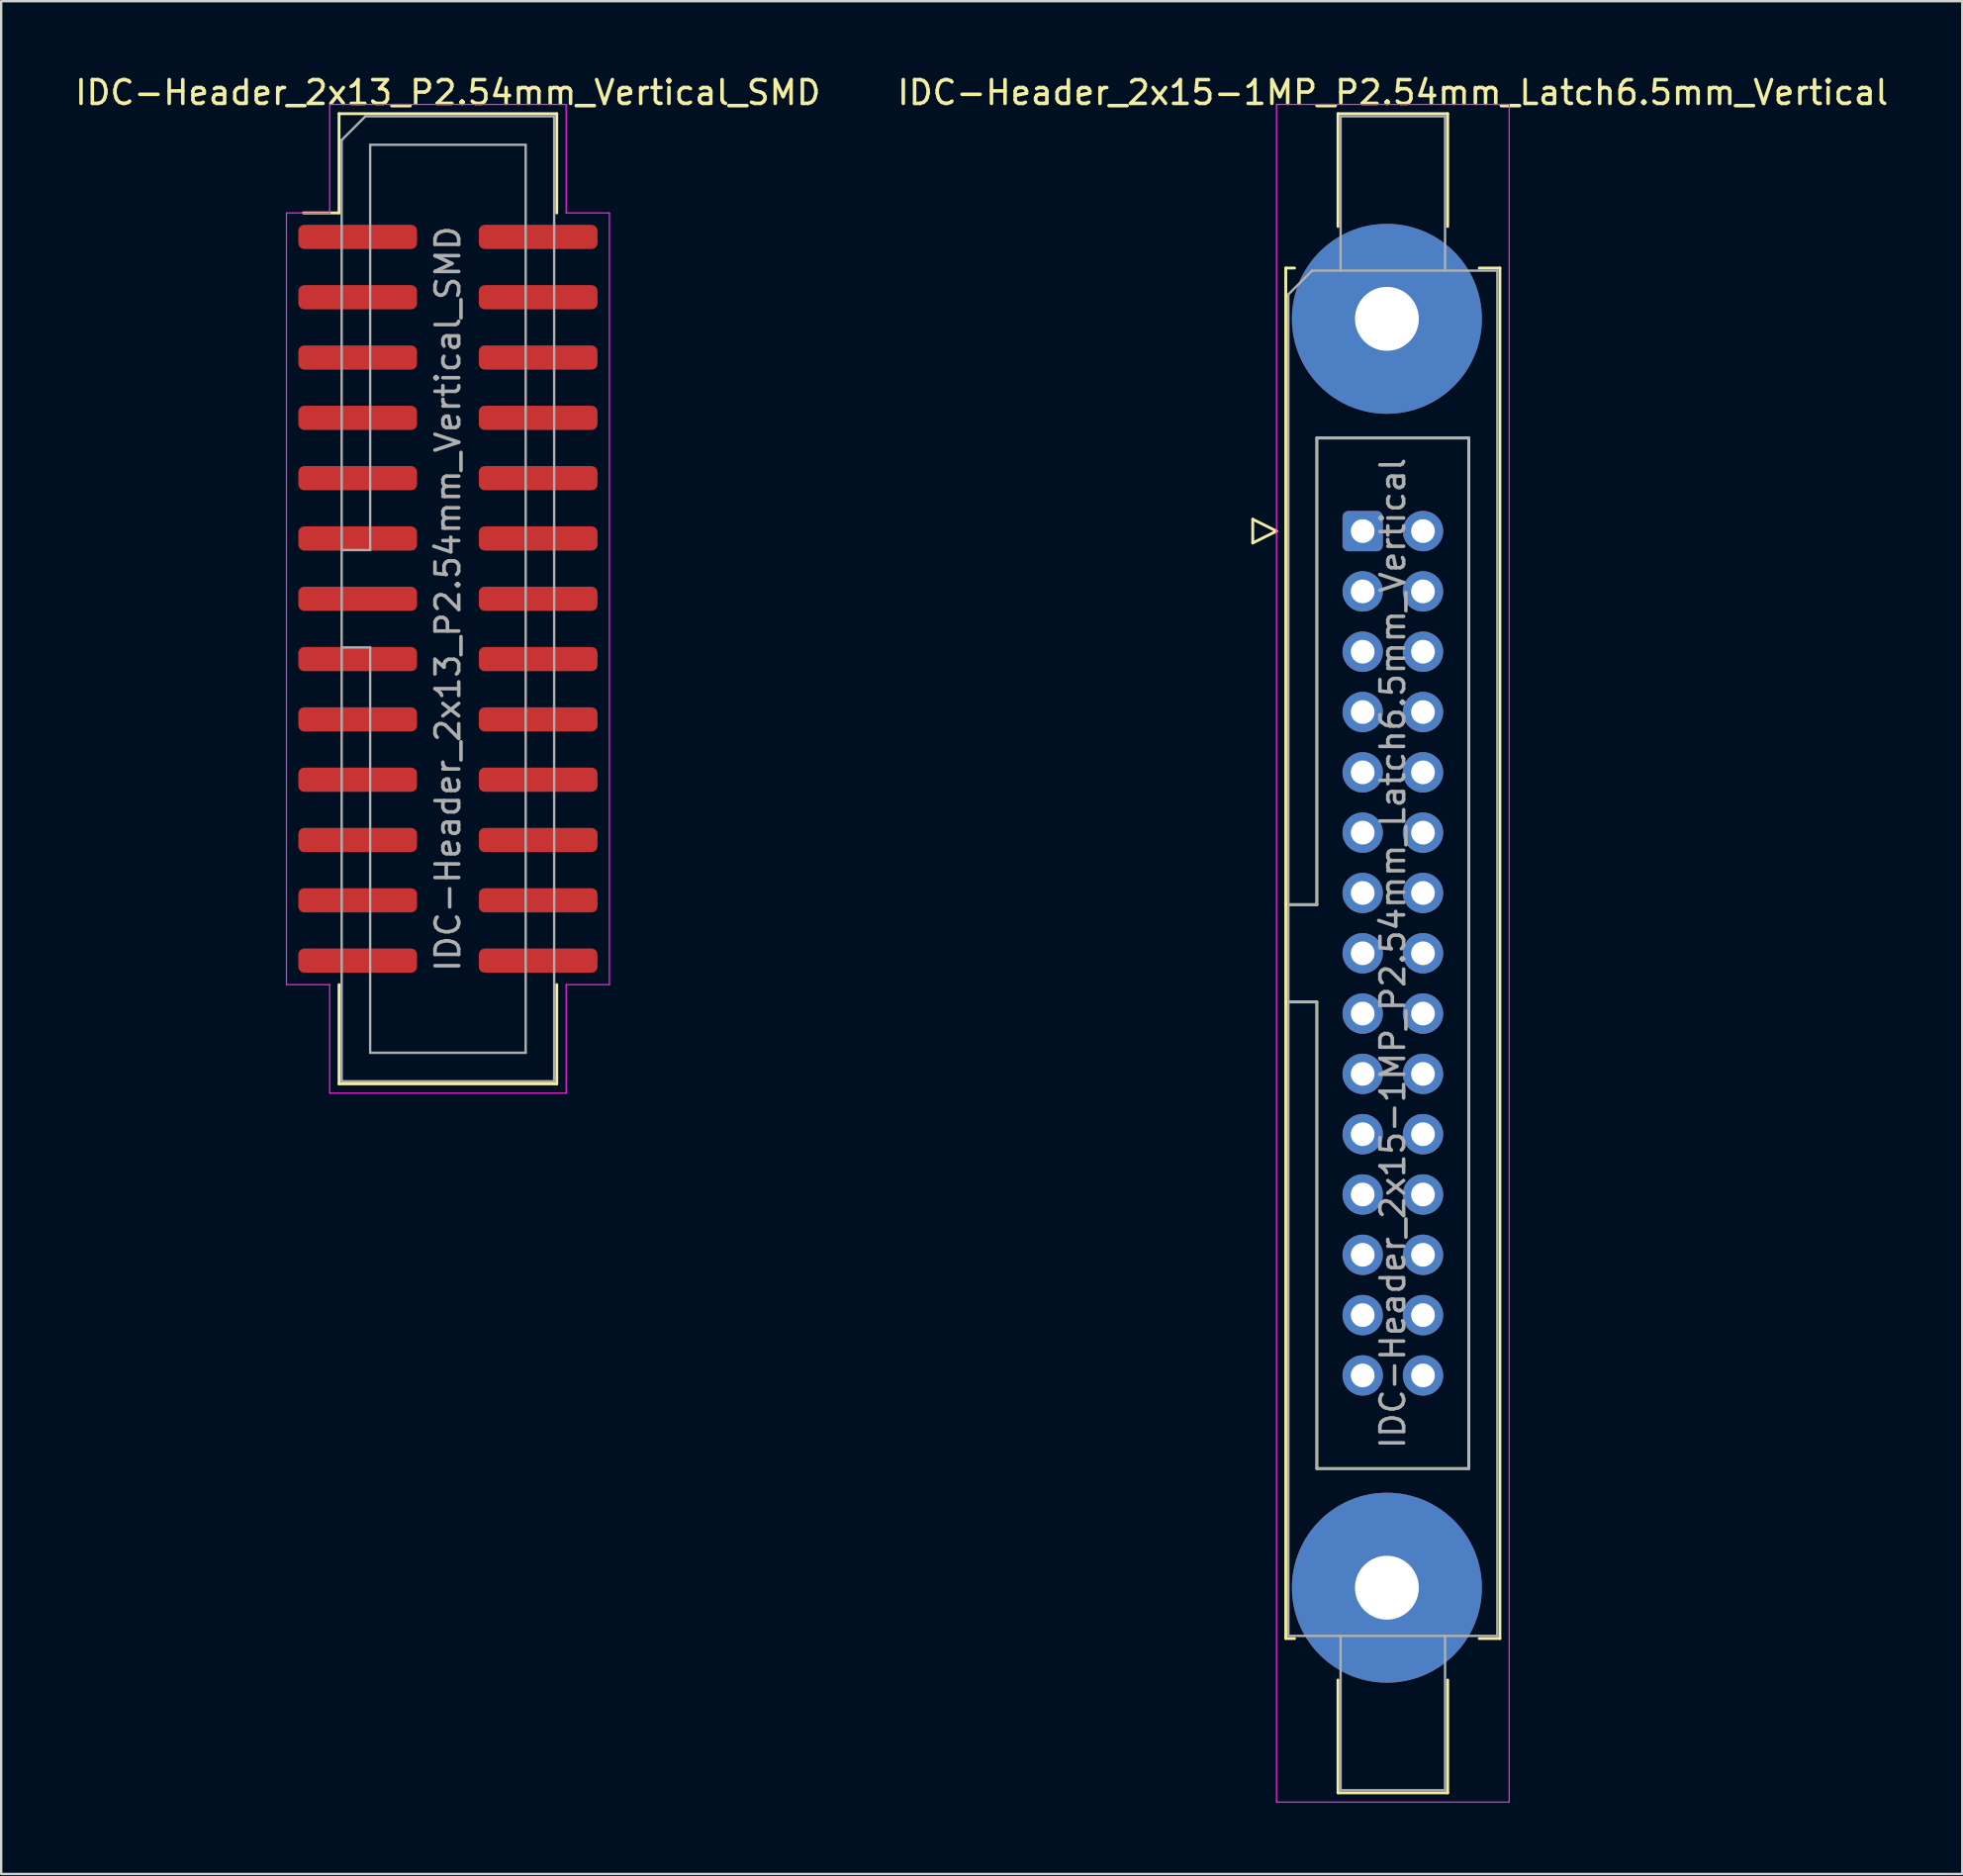
<source format=kicad_pcb>
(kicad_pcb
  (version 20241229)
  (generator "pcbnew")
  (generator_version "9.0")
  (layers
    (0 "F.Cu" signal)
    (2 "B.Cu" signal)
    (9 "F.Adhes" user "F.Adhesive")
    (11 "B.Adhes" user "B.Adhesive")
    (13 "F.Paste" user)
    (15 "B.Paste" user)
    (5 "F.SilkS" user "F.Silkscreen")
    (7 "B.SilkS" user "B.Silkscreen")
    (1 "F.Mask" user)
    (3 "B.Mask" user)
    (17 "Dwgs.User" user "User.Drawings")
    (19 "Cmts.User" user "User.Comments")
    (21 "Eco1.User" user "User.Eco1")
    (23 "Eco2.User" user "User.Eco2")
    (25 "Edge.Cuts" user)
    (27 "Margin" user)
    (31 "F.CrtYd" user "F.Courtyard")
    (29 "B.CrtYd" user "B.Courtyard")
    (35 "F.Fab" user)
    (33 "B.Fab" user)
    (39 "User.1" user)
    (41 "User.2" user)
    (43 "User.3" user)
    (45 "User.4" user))
  (footprint "IDC-Header_2x13_P2.54mm_Vertical_SMD"
    (layer "F.Cu")
    (at 15.815 22.168)
    (property "Reference" "IDC-Header_2x13_P2.54mm_Vertical_SMD" (at 0 -21.32 0) (layer "F.SilkS") (effects (font (size 1 1) (thickness 0.15))))
    (attr smd)
    (fp_line (start -4.585 -20.43) (end 4.585 -20.43) (stroke (width 0.12) (type solid)) (layer "F.SilkS"))
    (fp_line (start -4.585 -16.25) (end -6.085 -16.25) (stroke (width 0.12) (type solid)) (layer "F.SilkS"))
    (fp_line (start -4.585 -16.25) (end -4.585 -20.43) (stroke (width 0.12) (type solid)) (layer "F.SilkS"))
    (fp_line (start -4.585 16.25) (end -4.585 20.43) (stroke (width 0.12) (type solid)) (layer "F.SilkS"))
    (fp_line (start -4.585 20.43) (end 4.585 20.43) (stroke (width 0.12) (type solid)) (layer "F.SilkS"))
    (fp_line (start 4.585 -20.43) (end 4.585 -16.25) (stroke (width 0.12) (type solid)) (layer "F.SilkS"))
    (fp_line (start 4.585 20.43) (end 4.585 16.25) (stroke (width 0.12) (type solid)) (layer "F.SilkS"))
    (fp_line (start -6.8 -16.25) (end -6.8 16.25) (stroke (width 0.05) (type solid)) (layer "F.CrtYd"))
    (fp_line (start -6.8 16.25) (end -4.98 16.25) (stroke (width 0.05) (type solid)) (layer "F.CrtYd"))
    (fp_line (start -4.98 -20.82) (end -4.98 -16.25) (stroke (width 0.05) (type solid)) (layer "F.CrtYd"))
    (fp_line (start -4.98 -16.25) (end -6.8 -16.25) (stroke (width 0.05) (type solid)) (layer "F.CrtYd"))
    (fp_line (start -4.98 16.25) (end -4.98 20.82) (stroke (width 0.05) (type solid)) (layer "F.CrtYd"))
    (fp_line (start -4.98 20.82) (end 4.98 20.82) (stroke (width 0.05) (type solid)) (layer "F.CrtYd"))
    (fp_line (start 4.98 -20.82) (end -4.98 -20.82) (stroke (width 0.05) (type solid)) (layer "F.CrtYd"))
    (fp_line (start 4.98 -16.25) (end 4.98 -20.82) (stroke (width 0.05) (type solid)) (layer "F.CrtYd"))
    (fp_line (start 4.98 16.25) (end 6.8 16.25) (stroke (width 0.05) (type solid)) (layer "F.CrtYd"))
    (fp_line (start 4.98 20.82) (end 4.98 16.25) (stroke (width 0.05) (type solid)) (layer "F.CrtYd"))
    (fp_line (start 6.8 -16.25) (end 4.98 -16.25) (stroke (width 0.05) (type solid)) (layer "F.CrtYd"))
    (fp_line (start 6.8 16.25) (end 6.8 -16.25) (stroke (width 0.05) (type solid)) (layer "F.CrtYd"))
    (fp_line (start -4.475 -19.32) (end -3.475 -20.32) (stroke (width 0.1) (type solid)) (layer "F.Fab"))
    (fp_line (start -4.475 -2.05) (end -3.275 -2.05) (stroke (width 0.1) (type solid)) (layer "F.Fab"))
    (fp_line (start -4.475 20.32) (end -4.475 -19.32) (stroke (width 0.1) (type solid)) (layer "F.Fab"))
    (fp_line (start -3.475 -20.32) (end 4.475 -20.32) (stroke (width 0.1) (type solid)) (layer "F.Fab"))
    (fp_line (start -3.275 -19.12) (end 3.275 -19.12) (stroke (width 0.1) (type solid)) (layer "F.Fab"))
    (fp_line (start -3.275 -2.05) (end -3.275 -19.12) (stroke (width 0.1) (type solid)) (layer "F.Fab"))
    (fp_line (start -3.275 2.05) (end -4.475 2.05) (stroke (width 0.1) (type solid)) (layer "F.Fab"))
    (fp_line (start -3.275 19.12) (end -3.275 2.05) (stroke (width 0.1) (type solid)) (layer "F.Fab"))
    (fp_line (start 3.275 -19.12) (end 3.275 19.12) (stroke (width 0.1) (type solid)) (layer "F.Fab"))
    (fp_line (start 3.275 19.12) (end -3.275 19.12) (stroke (width 0.1) (type solid)) (layer "F.Fab"))
    (fp_line (start 4.475 -20.32) (end 4.475 20.32) (stroke (width 0.1) (type solid)) (layer "F.Fab"))
    (fp_line (start 4.475 20.32) (end -4.475 20.32) (stroke (width 0.1) (type solid)) (layer "F.Fab"))
    (fp_text user "${REFERENCE}" (at 0 0 90) (layer "F.Fab") (effects (font (size 1 1) (thickness 0.15))))
    (pad "1" smd roundrect (at -3.8 -15.24) (size 5 1.02) (layers "F.Cu" "F.Mask" "F.Paste") (roundrect_rratio 0.245))
    (pad "2" smd roundrect (at 3.8 -15.24) (size 5 1.02) (layers "F.Cu" "F.Mask" "F.Paste") (roundrect_rratio 0.245))
    (pad "3" smd roundrect (at -3.8 -12.7) (size 5 1.02) (layers "F.Cu" "F.Mask" "F.Paste") (roundrect_rratio 0.245))
    (pad "4" smd roundrect (at 3.8 -12.7) (size 5 1.02) (layers "F.Cu" "F.Mask" "F.Paste") (roundrect_rratio 0.245))
    (pad "5" smd roundrect (at -3.8 -10.16) (size 5 1.02) (layers "F.Cu" "F.Mask" "F.Paste") (roundrect_rratio 0.245))
    (pad "6" smd roundrect (at 3.8 -10.16) (size 5 1.02) (layers "F.Cu" "F.Mask" "F.Paste") (roundrect_rratio 0.245))
    (pad "7" smd roundrect (at -3.8 -7.62) (size 5 1.02) (layers "F.Cu" "F.Mask" "F.Paste") (roundrect_rratio 0.245))
    (pad "8" smd roundrect (at 3.8 -7.62) (size 5 1.02) (layers "F.Cu" "F.Mask" "F.Paste") (roundrect_rratio 0.245))
    (pad "9" smd roundrect (at -3.8 -5.08) (size 5 1.02) (layers "F.Cu" "F.Mask" "F.Paste") (roundrect_rratio 0.245))
    (pad "10" smd roundrect (at 3.8 -5.08) (size 5 1.02) (layers "F.Cu" "F.Mask" "F.Paste") (roundrect_rratio 0.245))
    (pad "11" smd roundrect (at -3.8 -2.54) (size 5 1.02) (layers "F.Cu" "F.Mask" "F.Paste") (roundrect_rratio 0.245))
    (pad "12" smd roundrect (at 3.8 -2.54) (size 5 1.02) (layers "F.Cu" "F.Mask" "F.Paste") (roundrect_rratio 0.245))
    (pad "13" smd roundrect (at -3.8 0) (size 5 1.02) (layers "F.Cu" "F.Mask" "F.Paste") (roundrect_rratio 0.245))
    (pad "14" smd roundrect (at 3.8 0) (size 5 1.02) (layers "F.Cu" "F.Mask" "F.Paste") (roundrect_rratio 0.245))
    (pad "15" smd roundrect (at -3.8 2.54) (size 5 1.02) (layers "F.Cu" "F.Mask" "F.Paste") (roundrect_rratio 0.245))
    (pad "16" smd roundrect (at 3.8 2.54) (size 5 1.02) (layers "F.Cu" "F.Mask" "F.Paste") (roundrect_rratio 0.245))
    (pad "17" smd roundrect (at -3.8 5.08) (size 5 1.02) (layers "F.Cu" "F.Mask" "F.Paste") (roundrect_rratio 0.245))
    (pad "18" smd roundrect (at 3.8 5.08) (size 5 1.02) (layers "F.Cu" "F.Mask" "F.Paste") (roundrect_rratio 0.245))
    (pad "19" smd roundrect (at -3.8 7.62) (size 5 1.02) (layers "F.Cu" "F.Mask" "F.Paste") (roundrect_rratio 0.245))
    (pad "20" smd roundrect (at 3.8 7.62) (size 5 1.02) (layers "F.Cu" "F.Mask" "F.Paste") (roundrect_rratio 0.245))
    (pad "21" smd roundrect (at -3.8 10.16) (size 5 1.02) (layers "F.Cu" "F.Mask" "F.Paste") (roundrect_rratio 0.245))
    (pad "22" smd roundrect (at 3.8 10.16) (size 5 1.02) (layers "F.Cu" "F.Mask" "F.Paste") (roundrect_rratio 0.245))
    (pad "23" smd roundrect (at -3.8 12.7) (size 5 1.02) (layers "F.Cu" "F.Mask" "F.Paste") (roundrect_rratio 0.245))
    (pad "24" smd roundrect (at 3.8 12.7) (size 5 1.02) (layers "F.Cu" "F.Mask" "F.Paste") (roundrect_rratio 0.245))
    (pad "25" smd roundrect (at -3.8 15.24) (size 5 1.02) (layers "F.Cu" "F.Mask" "F.Paste") (roundrect_rratio 0.245))
    (pad "26" smd roundrect (at 3.8 15.24) (size 5 1.02) (layers "F.Cu" "F.Mask" "F.Paste") (roundrect_rratio 0.245)))
  (footprint "IDC-Header_2x15-1MP_P2.54mm_Latch6.5mm_Vertical"
    (layer "F.Cu")
    (at 54.343 19.318)
    (property "Reference" "IDC-Header_2x15-1MP_P2.54mm_Latch6.5mm_Vertical" (at 1.27 -18.47 0) (layer "F.SilkS") (effects (font (size 1 1) (thickness 0.15))))
    (attr through_hole)
    (fp_line (start -4.63 -0.5) (end -4.63 0.5) (stroke (width 0.12) (type solid)) (layer "F.SilkS"))
    (fp_line (start -4.63 0.5) (end -3.63 0) (stroke (width 0.12) (type solid)) (layer "F.SilkS"))
    (fp_line (start -3.63 0) (end -4.63 -0.5) (stroke (width 0.12) (type solid)) (layer "F.SilkS"))
    (fp_line (start -3.24 -11.08) (end -3.24 46.64) (stroke (width 0.12) (type solid)) (layer "F.SilkS"))
    (fp_line (start -3.24 15.73) (end -1.93 15.73) (stroke (width 0.12) (type solid)) (layer "F.SilkS"))
    (fp_line (start -3.24 46.64) (end -2.87 46.64) (stroke (width 0.12) (type solid)) (layer "F.SilkS"))
    (fp_line (start -2.87 -11.08) (end -3.24 -11.08) (stroke (width 0.12) (type solid)) (layer "F.SilkS"))
    (fp_line (start -1.93 -3.92) (end 4.47 -3.92) (stroke (width 0.12) (type solid)) (layer "F.SilkS"))
    (fp_line (start -1.93 15.73) (end -1.93 -3.92) (stroke (width 0.12) (type solid)) (layer "F.SilkS"))
    (fp_line (start -1.93 19.83) (end -3.24 19.83) (stroke (width 0.12) (type solid)) (layer "F.SilkS"))
    (fp_line (start -1.93 39.48) (end -1.93 19.83) (stroke (width 0.12) (type solid)) (layer "F.SilkS"))
    (fp_line (start -1.04 -17.58) (end 3.58 -17.58) (stroke (width 0.12) (type solid)) (layer "F.SilkS"))
    (fp_line (start -1.04 -12.83) (end -1.04 -17.58) (stroke (width 0.12) (type solid)) (layer "F.SilkS"))
    (fp_line (start -1.04 48.39) (end -1.04 53.14) (stroke (width 0.12) (type solid)) (layer "F.SilkS"))
    (fp_line (start -1.04 53.14) (end 3.58 53.14) (stroke (width 0.12) (type solid)) (layer "F.SilkS"))
    (fp_line (start 3.58 -17.58) (end 3.58 -12.83) (stroke (width 0.12) (type solid)) (layer "F.SilkS"))
    (fp_line (start 3.58 53.14) (end 3.58 48.39) (stroke (width 0.12) (type solid)) (layer "F.SilkS"))
    (fp_line (start 4.47 -3.92) (end 4.47 39.48) (stroke (width 0.12) (type solid)) (layer "F.SilkS"))
    (fp_line (start 4.47 39.48) (end -1.93 39.48) (stroke (width 0.12) (type solid)) (layer "F.SilkS"))
    (fp_line (start 4.91 -11.08) (end 5.78 -11.08) (stroke (width 0.12) (type solid)) (layer "F.SilkS"))
    (fp_line (start 5.78 -11.08) (end 5.78 46.64) (stroke (width 0.12) (type solid)) (layer "F.SilkS"))
    (fp_line (start 5.78 46.64) (end 4.91 46.64) (stroke (width 0.12) (type solid)) (layer "F.SilkS"))
    (fp_line (start -3.63 -17.97) (end -3.63 53.53) (stroke (width 0.05) (type solid)) (layer "F.CrtYd"))
    (fp_line (start -3.63 53.53) (end 6.17 53.53) (stroke (width 0.05) (type solid)) (layer "F.CrtYd"))
    (fp_line (start 6.17 -17.97) (end -3.63 -17.97) (stroke (width 0.05) (type solid)) (layer "F.CrtYd"))
    (fp_line (start 6.17 53.53) (end 6.17 -17.97) (stroke (width 0.05) (type solid)) (layer "F.CrtYd"))
    (fp_line (start -3.13 -9.97) (end -2.13 -10.97) (stroke (width 0.1) (type solid)) (layer "F.Fab"))
    (fp_line (start -3.13 15.73) (end -1.93 15.73) (stroke (width 0.1) (type solid)) (layer "F.Fab"))
    (fp_line (start -3.13 46.53) (end -3.13 -9.97) (stroke (width 0.1) (type solid)) (layer "F.Fab"))
    (fp_line (start -2.13 -10.97) (end 5.67 -10.97) (stroke (width 0.1) (type solid)) (layer "F.Fab"))
    (fp_line (start -1.93 -3.92) (end 4.47 -3.92) (stroke (width 0.1) (type solid)) (layer "F.Fab"))
    (fp_line (start -1.93 15.73) (end -1.93 -3.92) (stroke (width 0.1) (type solid)) (layer "F.Fab"))
    (fp_line (start -1.93 19.83) (end -3.13 19.83) (stroke (width 0.1) (type solid)) (layer "F.Fab"))
    (fp_line (start -1.93 39.48) (end -1.93 19.83) (stroke (width 0.1) (type solid)) (layer "F.Fab"))
    (fp_line (start -0.93 -17.47) (end 3.47 -17.47) (stroke (width 0.1) (type solid)) (layer "F.Fab"))
    (fp_line (start -0.93 -10.97) (end -0.93 -17.47) (stroke (width 0.1) (type solid)) (layer "F.Fab"))
    (fp_line (start -0.93 46.53) (end -0.93 53.03) (stroke (width 0.1) (type solid)) (layer "F.Fab"))
    (fp_line (start -0.93 53.03) (end 3.47 53.03) (stroke (width 0.1) (type solid)) (layer "F.Fab"))
    (fp_line (start 3.47 -17.47) (end 3.47 -10.97) (stroke (width 0.1) (type solid)) (layer "F.Fab"))
    (fp_line (start 3.47 53.03) (end 3.47 46.53) (stroke (width 0.1) (type solid)) (layer "F.Fab"))
    (fp_line (start 4.47 -3.92) (end 4.47 39.48) (stroke (width 0.1) (type solid)) (layer "F.Fab"))
    (fp_line (start 4.47 39.48) (end -1.93 39.48) (stroke (width 0.1) (type solid)) (layer "F.Fab"))
    (fp_line (start 5.67 -10.97) (end 5.67 46.53) (stroke (width 0.1) (type solid)) (layer "F.Fab"))
    (fp_line (start 5.67 46.53) (end -3.13 46.53) (stroke (width 0.1) (type solid)) (layer "F.Fab"))
    (fp_text user "${REFERENCE}" (at 1.27 17.78 90) (layer "F.Fab") (effects (font (size 1 1) (thickness 0.15))))
    (pad "1" thru_hole roundrect (at 0 0) (size 1.7 1.7) (drill 1) (layers "*.Cu" "*.Mask") (roundrect_rratio 0.147))
    (pad "2" thru_hole circle (at 2.54 0) (size 1.7 1.7) (drill 1) (layers "*.Cu" "*.Mask"))
    (pad "3" thru_hole circle (at 0 2.54) (size 1.7 1.7) (drill 1) (layers "*.Cu" "*.Mask"))
    (pad "4" thru_hole circle (at 2.54 2.54) (size 1.7 1.7) (drill 1) (layers "*.Cu" "*.Mask"))
    (pad "5" thru_hole circle (at 0 5.08) (size 1.7 1.7) (drill 1) (layers "*.Cu" "*.Mask"))
    (pad "6" thru_hole circle (at 2.54 5.08) (size 1.7 1.7) (drill 1) (layers "*.Cu" "*.Mask"))
    (pad "7" thru_hole circle (at 0 7.62) (size 1.7 1.7) (drill 1) (layers "*.Cu" "*.Mask"))
    (pad "8" thru_hole circle (at 2.54 7.62) (size 1.7 1.7) (drill 1) (layers "*.Cu" "*.Mask"))
    (pad "9" thru_hole circle (at 0 10.16) (size 1.7 1.7) (drill 1) (layers "*.Cu" "*.Mask"))
    (pad "10" thru_hole circle (at 2.54 10.16) (size 1.7 1.7) (drill 1) (layers "*.Cu" "*.Mask"))
    (pad "11" thru_hole circle (at 0 12.7) (size 1.7 1.7) (drill 1) (layers "*.Cu" "*.Mask"))
    (pad "12" thru_hole circle (at 2.54 12.7) (size 1.7 1.7) (drill 1) (layers "*.Cu" "*.Mask"))
    (pad "13" thru_hole circle (at 0 15.24) (size 1.7 1.7) (drill 1) (layers "*.Cu" "*.Mask"))
    (pad "14" thru_hole circle (at 2.54 15.24) (size 1.7 1.7) (drill 1) (layers "*.Cu" "*.Mask"))
    (pad "15" thru_hole circle (at 0 17.78) (size 1.7 1.7) (drill 1) (layers "*.Cu" "*.Mask"))
    (pad "16" thru_hole circle (at 2.54 17.78) (size 1.7 1.7) (drill 1) (layers "*.Cu" "*.Mask"))
    (pad "17" thru_hole circle (at 0 20.32) (size 1.7 1.7) (drill 1) (layers "*.Cu" "*.Mask"))
    (pad "18" thru_hole circle (at 2.54 20.32) (size 1.7 1.7) (drill 1) (layers "*.Cu" "*.Mask"))
    (pad "19" thru_hole circle (at 0 22.86) (size 1.7 1.7) (drill 1) (layers "*.Cu" "*.Mask"))
    (pad "20" thru_hole circle (at 2.54 22.86) (size 1.7 1.7) (drill 1) (layers "*.Cu" "*.Mask"))
    (pad "21" thru_hole circle (at 0 25.4) (size 1.7 1.7) (drill 1) (layers "*.Cu" "*.Mask"))
    (pad "22" thru_hole circle (at 2.54 25.4) (size 1.7 1.7) (drill 1) (layers "*.Cu" "*.Mask"))
    (pad "23" thru_hole circle (at 0 27.94) (size 1.7 1.7) (drill 1) (layers "*.Cu" "*.Mask"))
    (pad "24" thru_hole circle (at 2.54 27.94) (size 1.7 1.7) (drill 1) (layers "*.Cu" "*.Mask"))
    (pad "25" thru_hole circle (at 0 30.48) (size 1.7 1.7) (drill 1) (layers "*.Cu" "*.Mask"))
    (pad "26" thru_hole circle (at 2.54 30.48) (size 1.7 1.7) (drill 1) (layers "*.Cu" "*.Mask"))
    (pad "27" thru_hole circle (at 0 33.02) (size 1.7 1.7) (drill 1) (layers "*.Cu" "*.Mask"))
    (pad "28" thru_hole circle (at 2.54 33.02) (size 1.7 1.7) (drill 1) (layers "*.Cu" "*.Mask"))
    (pad "29" thru_hole circle (at 0 35.56) (size 1.7 1.7) (drill 1) (layers "*.Cu" "*.Mask"))
    (pad "30" thru_hole circle (at 2.54 35.56) (size 1.7 1.7) (drill 1) (layers "*.Cu" "*.Mask"))
    (pad "MP" thru_hole circle (at 1.02 -8.94) (size 8 8) (drill 2.69) (layers "*.Cu" "*.Mask"))
    (pad "MP" thru_hole circle (at 1.02 44.5) (size 8 8) (drill 2.69) (layers "*.Cu" "*.Mask")))
  (gr_rect
    (start -3 -3)
    (end 79.595 75.873)
    (stroke (width 0.1) (type default))
    (fill no)
    (layer "Edge.Cuts")))
</source>
